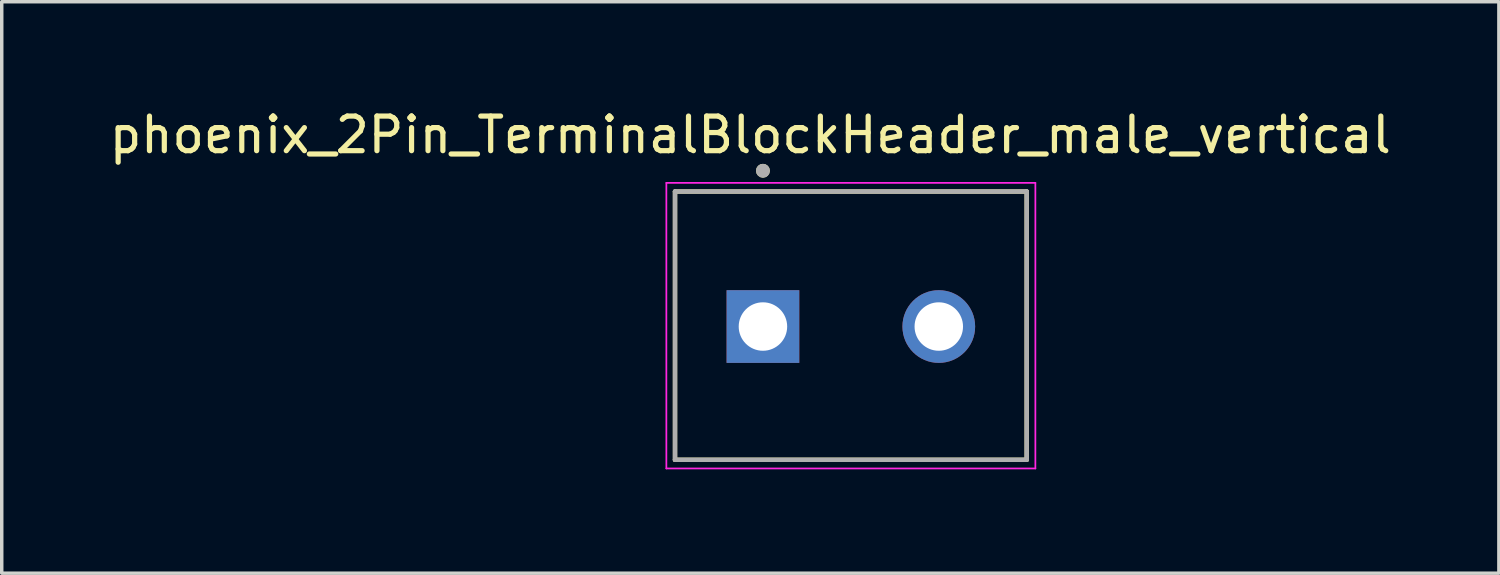
<source format=kicad_pcb>
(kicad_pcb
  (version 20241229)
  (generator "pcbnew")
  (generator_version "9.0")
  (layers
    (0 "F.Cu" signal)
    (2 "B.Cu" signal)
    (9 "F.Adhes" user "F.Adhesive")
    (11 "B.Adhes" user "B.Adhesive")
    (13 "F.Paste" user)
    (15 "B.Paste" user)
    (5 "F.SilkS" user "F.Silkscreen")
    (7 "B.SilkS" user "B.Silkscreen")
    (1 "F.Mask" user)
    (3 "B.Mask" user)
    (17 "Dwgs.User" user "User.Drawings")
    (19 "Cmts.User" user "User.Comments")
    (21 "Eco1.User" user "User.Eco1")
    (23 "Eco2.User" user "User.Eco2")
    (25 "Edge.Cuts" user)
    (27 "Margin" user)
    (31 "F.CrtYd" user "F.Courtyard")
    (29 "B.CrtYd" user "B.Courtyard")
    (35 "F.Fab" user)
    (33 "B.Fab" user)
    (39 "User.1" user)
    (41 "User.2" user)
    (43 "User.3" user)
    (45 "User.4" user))
  (footprint "phoenix_2Pin_TerminalBlockHeader_male_vertical"
    (layer "F.Cu")
    (at 21.53 6.383)
    (property "Reference" "phoenix_2Pin_TerminalBlockHeader_male_vertical" (at -2.905 -5.535 0) (layer "F.SilkS") (effects (font (size 1 1) (thickness 0.15))))
    (attr through_hole)
    (fp_line (start -5.08 -3.9) (end 5.08 -3.9) (stroke (width 0.127) (type solid)) (layer "F.SilkS"))
    (fp_line (start -5.08 3.85) (end -5.08 -3.9) (stroke (width 0.127) (type solid)) (layer "F.SilkS"))
    (fp_line (start 5.08 -3.9) (end 5.08 3.85) (stroke (width 0.127) (type solid)) (layer "F.SilkS"))
    (fp_line (start 5.08 3.85) (end -5.08 3.85) (stroke (width 0.127) (type solid)) (layer "F.SilkS"))
    (fp_circle (center -2.54 -4.5) (end -2.44 -4.5) (stroke (width 0.2) (type solid)) (fill no) (layer "F.SilkS"))
    (fp_line (start -5.33 -4.15) (end 5.33 -4.15) (stroke (width 0.05) (type solid)) (layer "F.CrtYd"))
    (fp_line (start -5.33 4.1) (end -5.33 -4.15) (stroke (width 0.05) (type solid)) (layer "F.CrtYd"))
    (fp_line (start 5.33 -4.15) (end 5.33 4.1) (stroke (width 0.05) (type solid)) (layer "F.CrtYd"))
    (fp_line (start 5.33 4.1) (end -5.33 4.1) (stroke (width 0.05) (type solid)) (layer "F.CrtYd"))
    (fp_line (start -5.08 -3.9) (end 5.08 -3.9) (stroke (width 0.127) (type solid)) (layer "F.Fab"))
    (fp_line (start -5.08 3.85) (end -5.08 -3.9) (stroke (width 0.127) (type solid)) (layer "F.Fab"))
    (fp_line (start 5.08 -3.9) (end 5.08 3.85) (stroke (width 0.127) (type solid)) (layer "F.Fab"))
    (fp_line (start 5.08 3.85) (end -5.08 3.85) (stroke (width 0.127) (type solid)) (layer "F.Fab"))
    (fp_circle (center -2.54 -4.5) (end -2.44 -4.5) (stroke (width 0.2) (type solid)) (fill no) (layer "F.Fab"))
    (pad "1" thru_hole rect (at -2.54 0) (size 2.1 2.1) (drill 1.4) (layers "*.Cu" "*.Mask"))
    (pad "2" thru_hole circle (at 2.54 0) (size 2.1 2.1) (drill 1.4) (layers "*.Cu" "*.Mask")))
  (gr_rect
    (start -3 -3)
    (end 40.25 13.508)
    (stroke (width 0.1) (type default))
    (fill no)
    (layer "Edge.Cuts")))
</source>
